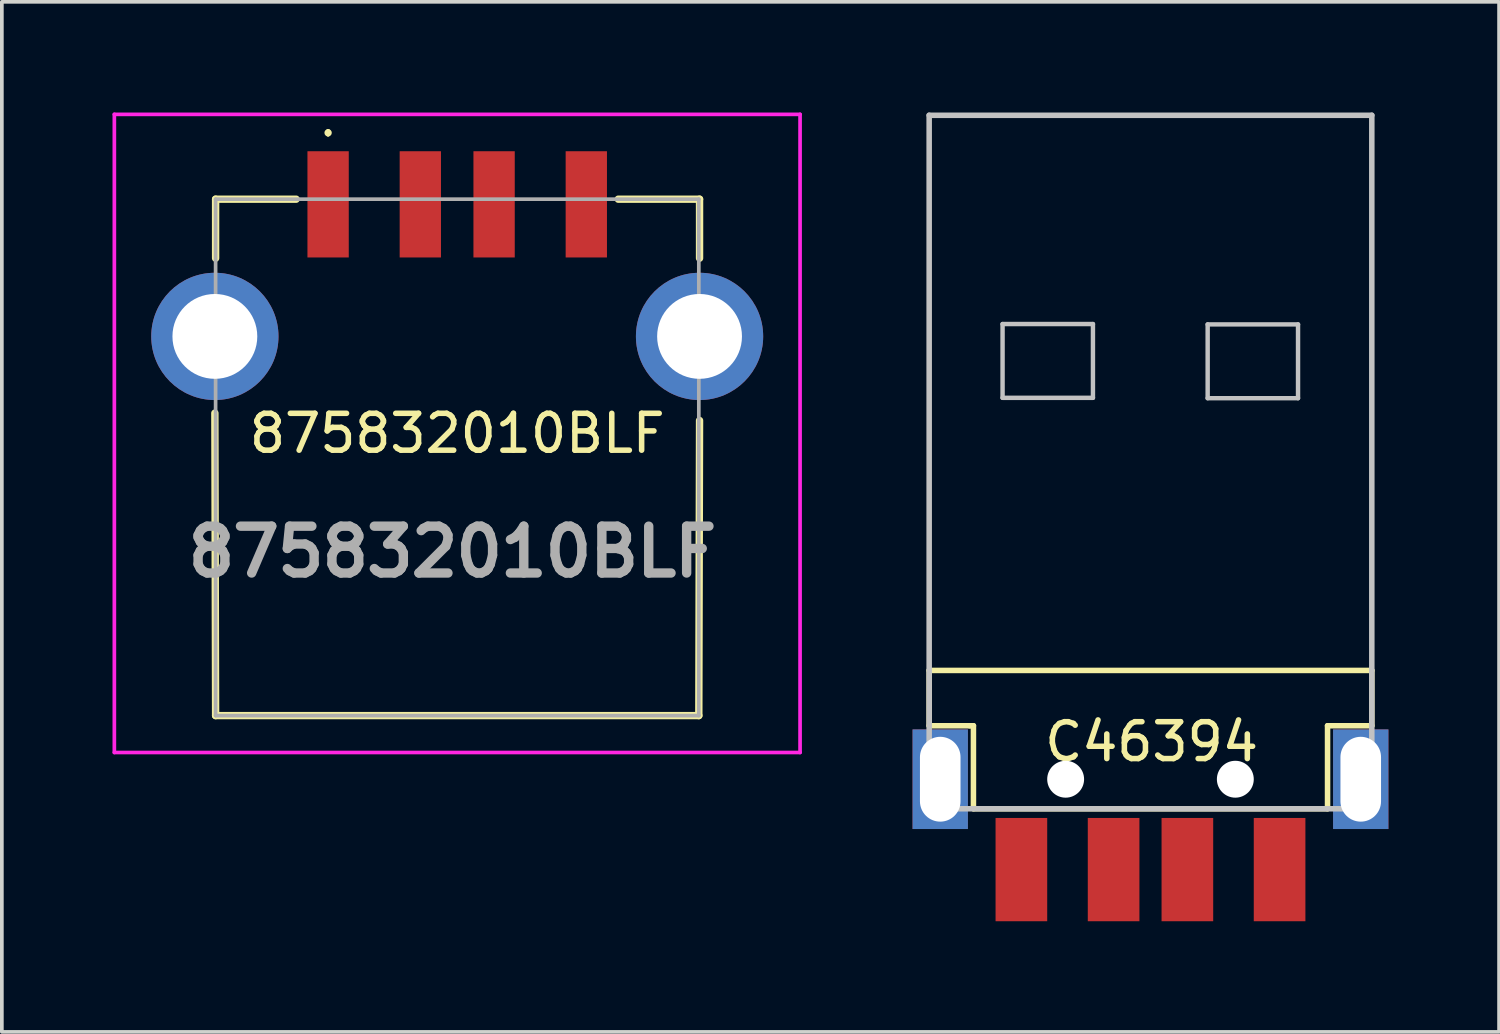
<source format=kicad_pcb>
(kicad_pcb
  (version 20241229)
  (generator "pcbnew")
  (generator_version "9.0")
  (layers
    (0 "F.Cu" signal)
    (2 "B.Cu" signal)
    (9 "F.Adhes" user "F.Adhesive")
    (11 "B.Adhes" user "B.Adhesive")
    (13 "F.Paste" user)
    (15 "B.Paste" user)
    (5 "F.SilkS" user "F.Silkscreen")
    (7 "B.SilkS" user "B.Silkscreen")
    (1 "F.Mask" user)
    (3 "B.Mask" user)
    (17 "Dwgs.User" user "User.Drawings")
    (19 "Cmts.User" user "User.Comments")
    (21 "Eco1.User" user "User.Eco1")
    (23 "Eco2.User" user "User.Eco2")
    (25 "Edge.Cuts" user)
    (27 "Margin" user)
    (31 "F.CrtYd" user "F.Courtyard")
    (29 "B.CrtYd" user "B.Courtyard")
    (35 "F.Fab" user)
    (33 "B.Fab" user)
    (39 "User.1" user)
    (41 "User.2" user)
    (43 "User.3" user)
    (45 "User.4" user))
  (footprint "C46394"
    (layer "F.Cu")
    (at 28.14 20.525)
    (property "Reference" "C46394" (at 0.03 -3.465 0) (layer "F.SilkS") (effects (font (size 1 1) (thickness 0.15))))
    (attr through_hole)
    (fp_line (start -6 -5.4) (end -6 -3.9) (stroke (width 0.15) (type solid)) (layer "F.SilkS"))
    (fp_line (start -6 -5.4) (end 6 -5.4) (stroke (width 0.15) (type solid)) (layer "F.SilkS"))
    (fp_line (start -6 -3.9) (end -4.9 -3.9) (stroke (width 0.15) (type solid)) (layer "F.SilkS"))
    (fp_line (start -4.9 -3.9) (end -4.8 -3.9) (stroke (width 0.15) (type solid)) (layer "F.SilkS"))
    (fp_line (start -4.8 -3.9) (end -4.8 -1.65) (stroke (width 0.15) (type solid)) (layer "F.SilkS"))
    (fp_line (start -4.8 -1.65) (end 4.8 -1.65) (stroke (width 0.15) (type solid)) (layer "F.SilkS"))
    (fp_line (start 4.8 -3.9) (end 4.8 -1.65) (stroke (width 0.15) (type solid)) (layer "F.SilkS"))
    (fp_line (start 6 -5.4) (end 6 -3.9) (stroke (width 0.15) (type solid)) (layer "F.SilkS"))
    (fp_line (start 6 -3.9) (end 4.8 -3.9) (stroke (width 0.15) (type solid)) (layer "F.SilkS"))
    (fp_line (start -6 -20.45) (end -6 -1.65) (stroke (width 0.15) (type solid)) (layer "Dwgs.User"))
    (fp_line (start -6 -20.45) (end 6 -20.45) (stroke (width 0.15) (type solid)) (layer "Dwgs.User"))
    (fp_line (start -6 -1.65) (end 6 -1.65) (stroke (width 0.15) (type solid)) (layer "Dwgs.User"))
    (fp_line (start -4.01 -14.79) (end -4.01 -12.79) (stroke (width 0.12) (type solid)) (layer "Dwgs.User"))
    (fp_line (start -4.01 -14.79) (end -1.56 -14.79) (stroke (width 0.12) (type solid)) (layer "Dwgs.User"))
    (fp_line (start -4.01 -12.79) (end -1.56 -12.79) (stroke (width 0.12) (type solid)) (layer "Dwgs.User"))
    (fp_line (start -1.56 -12.79) (end -1.56 -14.79) (stroke (width 0.12) (type solid)) (layer "Dwgs.User"))
    (fp_line (start 1.55 -14.78) (end 1.55 -12.78) (stroke (width 0.12) (type solid)) (layer "Dwgs.User"))
    (fp_line (start 1.55 -14.78) (end 4 -14.78) (stroke (width 0.12) (type solid)) (layer "Dwgs.User"))
    (fp_line (start 1.55 -12.78) (end 4 -12.78) (stroke (width 0.12) (type solid)) (layer "Dwgs.User"))
    (fp_line (start 4 -12.78) (end 4 -14.78) (stroke (width 0.12) (type solid)) (layer "Dwgs.User"))
    (fp_line (start 6 -20.45) (end 6 -1.65) (stroke (width 0.15) (type solid)) (layer "Dwgs.User"))
    (fp_text user "PCB EDGE" (at 0 -4.51 0) (layer "Eco2.User") (effects (font (size 1 1) (thickness 0.15))))
    (pad "" np_thru_hole circle (at -2.3 -2.45) (size 1 1) (drill 1) (layers "*.Cu" "*.Mask"))
    (pad "" np_thru_hole circle (at 2.3 -2.45) (size 1 1) (drill 1) (layers "*.Cu" "*.Mask"))
    (pad "1" smd rect (at -3.5 0) (size 1.4 2.8) (layers "F.Cu" "F.Mask" "F.Paste"))
    (pad "2" smd rect (at -1 0) (size 1.4 2.8) (layers "F.Cu" "F.Mask" "F.Paste"))
    (pad "3" smd rect (at 1 0) (size 1.4 2.8) (layers "F.Cu" "F.Mask" "F.Paste"))
    (pad "4" smd rect (at 3.5 0) (size 1.4 2.8) (layers "F.Cu" "F.Mask" "F.Paste"))
    (pad "5" thru_hole rect (at -5.7 -2.45) (size 1.5 2.7) (drill oval 1.1 2.3) (layers "*.Cu" "*.Mask"))
    (pad "5" thru_hole rect (at 5.7 -2.45) (size 1.5 2.7) (drill oval 1.1 2.3) (layers "*.Cu" "*.Mask")))
  (footprint "875832010BLF"
    (layer "F.Cu")
    (at 9.345 8.7)
    (property "Reference" "875832010BLF" (at 0 0 0) (layer "F.SilkS") (effects (font (size 1 1) (thickness 0.15))))
    (attr through_hole)
    (fp_line (start -6.57 -0.55) (end -6.55 7.65) (stroke (width 0.2) (type solid)) (layer "F.SilkS"))
    (fp_line (start -6.55 -6.35) (end -6.55 -4.75) (stroke (width 0.2) (type solid)) (layer "F.SilkS"))
    (fp_line (start -6.55 7.65) (end 6.55 7.65) (stroke (width 0.2) (type solid)) (layer "F.SilkS"))
    (fp_line (start -4.367 -6.35) (end -6.55 -6.35) (stroke (width 0.2) (type solid)) (layer "F.SilkS"))
    (fp_line (start -3.5 -8.2) (end -3.5 -8.2) (stroke (width 0.1) (type solid)) (layer "F.SilkS"))
    (fp_line (start -3.5 -8.1) (end -3.5 -8.1) (stroke (width 0.1) (type solid)) (layer "F.SilkS"))
    (fp_line (start 4.367 -6.35) (end 6.57 -6.35) (stroke (width 0.2) (type solid)) (layer "F.SilkS"))
    (fp_line (start 6.55 7.65) (end 6.57 -0.35) (stroke (width 0.2) (type solid)) (layer "F.SilkS"))
    (fp_line (start 6.57 -6.35) (end 6.57 -4.75) (stroke (width 0.2) (type solid)) (layer "F.SilkS"))
    (fp_arc (start -3.5 -8.2) (mid -3.45 -8.15) (end -3.5 -8.1) (stroke (width 0.1) (type solid)) (layer "F.SilkS"))
    (fp_arc (start -3.5 -8.1) (mid -3.55 -8.15) (end -3.5 -8.2) (stroke (width 0.1) (type solid)) (layer "F.SilkS"))
    (fp_line (start -9.295 -8.65) (end 9.295 -8.65) (stroke (width 0.1) (type solid)) (layer "F.CrtYd"))
    (fp_line (start -9.295 8.65) (end -9.295 -8.65) (stroke (width 0.1) (type solid)) (layer "F.CrtYd"))
    (fp_line (start 9.295 -8.65) (end 9.295 8.65) (stroke (width 0.1) (type solid)) (layer "F.CrtYd"))
    (fp_line (start 9.295 8.65) (end -9.295 8.65) (stroke (width 0.1) (type solid)) (layer "F.CrtYd"))
    (fp_line (start -6.55 -6.35) (end 6.55 -6.35) (stroke (width 0.1) (type solid)) (layer "F.Fab"))
    (fp_line (start -6.55 7.65) (end -6.55 -6.35) (stroke (width 0.1) (type solid)) (layer "F.Fab"))
    (fp_line (start 6.55 -6.35) (end 6.55 7.65) (stroke (width 0.1) (type solid)) (layer "F.Fab"))
    (fp_line (start 6.55 7.65) (end -6.55 7.65) (stroke (width 0.1) (type solid)) (layer "F.Fab"))
    (fp_text user "${REFERENCE}" (at -0.13 3.21 0) (layer "F.Fab") (effects (font (size 1.27 1.27) (thickness 0.254))))
    (pad "1" smd rect (at -3.5 -6.21) (size 1.12 2.88) (layers "F.Cu" "F.Mask" "F.Paste"))
    (pad "2" smd rect (at -1 -6.21) (size 1.12 2.88) (layers "F.Cu" "F.Mask" "F.Paste"))
    (pad "3" smd rect (at 1 -6.21) (size 1.12 2.88) (layers "F.Cu" "F.Mask" "F.Paste"))
    (pad "4" smd rect (at 3.5 -6.21) (size 1.12 2.88) (layers "F.Cu" "F.Mask" "F.Paste"))
    (pad "5" thru_hole circle (at -6.57 -2.63) (size 3.45 3.45) (drill 2.3) (layers "*.Cu" "*.Mask"))
    (pad "5" thru_hole circle (at 6.57 -2.63) (size 3.45 3.45) (drill 2.3) (layers "*.Cu" "*.Mask")))
  (gr_rect
    (start -3 -3)
    (end 37.59 24.925)
    (stroke (width 0.1) (type default))
    (fill no)
    (layer "Edge.Cuts")))
</source>
